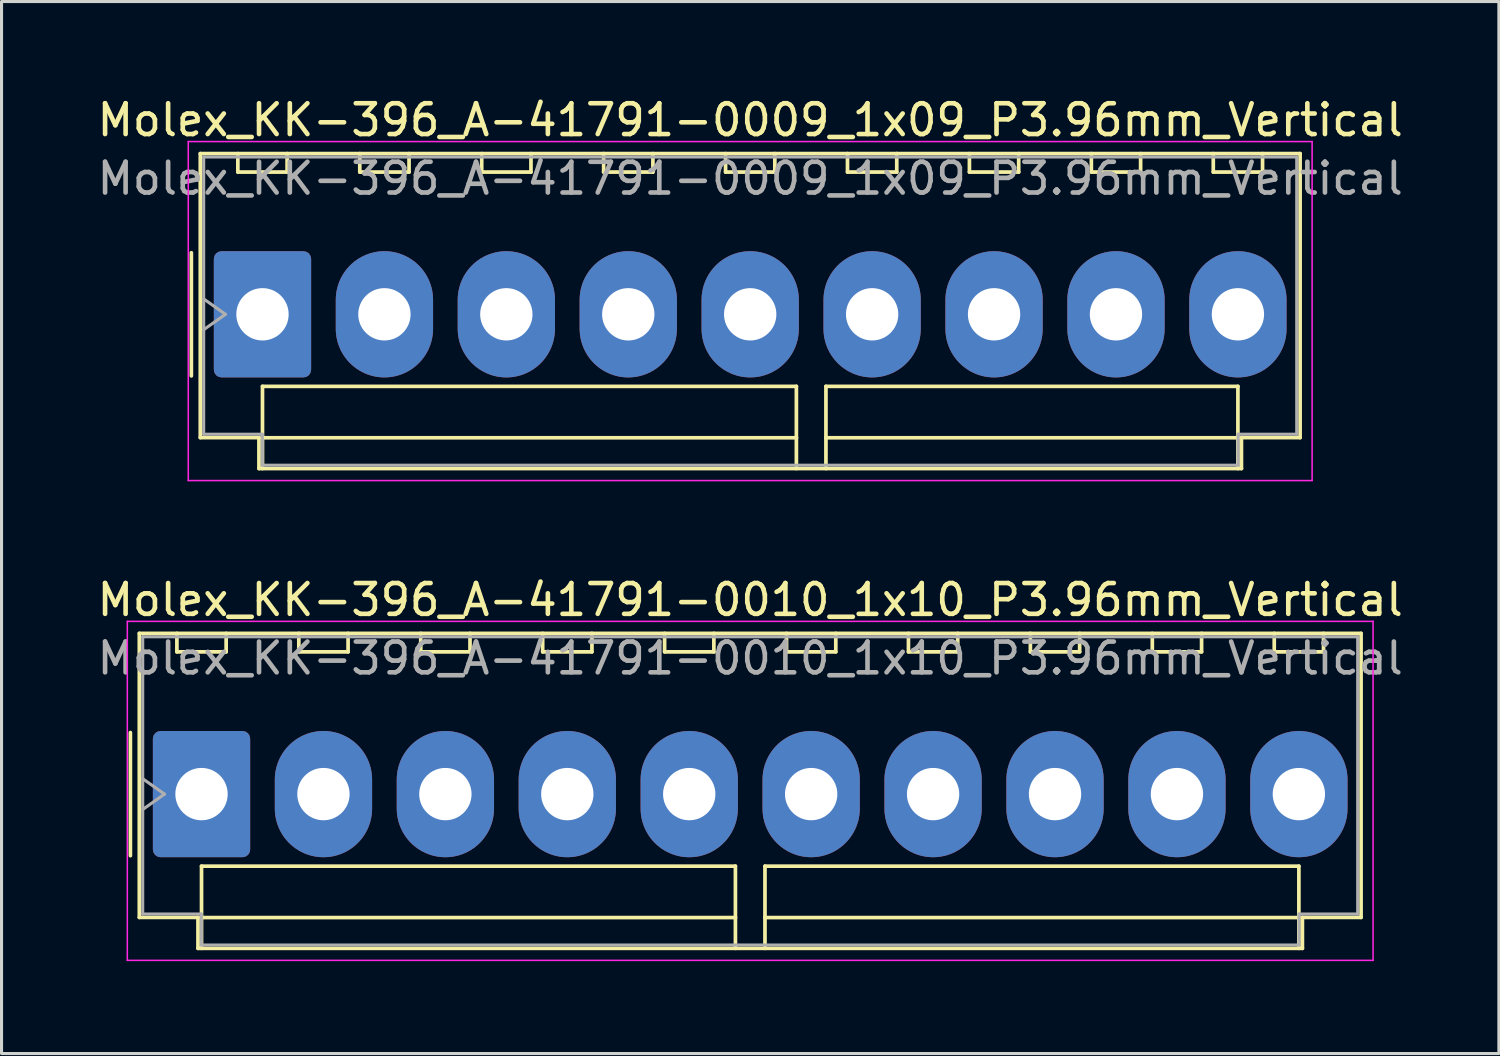
<source format=kicad_pcb>
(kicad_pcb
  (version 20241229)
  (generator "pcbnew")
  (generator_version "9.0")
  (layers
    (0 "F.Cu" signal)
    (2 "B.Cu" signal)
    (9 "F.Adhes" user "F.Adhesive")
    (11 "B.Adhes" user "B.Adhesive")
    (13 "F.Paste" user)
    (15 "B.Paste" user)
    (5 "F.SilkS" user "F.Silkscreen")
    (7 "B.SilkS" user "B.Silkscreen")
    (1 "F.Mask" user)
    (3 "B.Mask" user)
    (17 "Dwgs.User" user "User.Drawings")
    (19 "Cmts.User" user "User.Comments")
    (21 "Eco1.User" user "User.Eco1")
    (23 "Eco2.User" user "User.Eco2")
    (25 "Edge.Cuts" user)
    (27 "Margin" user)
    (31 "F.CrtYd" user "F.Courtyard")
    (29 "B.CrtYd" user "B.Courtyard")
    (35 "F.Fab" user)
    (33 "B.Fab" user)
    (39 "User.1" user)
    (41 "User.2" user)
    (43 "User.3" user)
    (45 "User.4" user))
  (footprint "Molex_KK-396_A-41791-0010_1x10_P3.96mm_Vertical"
    (layer "F.Cu")
    (at 3.495 22.741)
    (property "Reference" "Molex_KK-396_A-41791-0010_1x10_P3.96mm_Vertical" (at 17.82 -6.31 0) (layer "F.SilkS") (effects (font (size 1 1) (thickness 0.15))))
    (attr through_hole)
    (fp_line (start -2.31 -2) (end -2.31 2) (stroke (width 0.12) (type solid)) (layer "F.SilkS"))
    (fp_line (start -2.02 -5.22) (end 37.66 -5.22) (stroke (width 0.12) (type solid)) (layer "F.SilkS"))
    (fp_line (start -2.02 4.005) (end -2.02 -5.22) (stroke (width 0.12) (type solid)) (layer "F.SilkS"))
    (fp_line (start -0.8 -5.22) (end -0.8 -4.62) (stroke (width 0.12) (type solid)) (layer "F.SilkS"))
    (fp_line (start -0.8 -4.62) (end 0.8 -4.62) (stroke (width 0.12) (type solid)) (layer "F.SilkS"))
    (fp_line (start -0.115 4.005) (end -2.02 4.005) (stroke (width 0.12) (type solid)) (layer "F.SilkS"))
    (fp_line (start -0.115 5.01) (end -0.115 4.005) (stroke (width 0.12) (type solid)) (layer "F.SilkS"))
    (fp_line (start 0 2.34) (end 17.34 2.34) (stroke (width 0.12) (type solid)) (layer "F.SilkS"))
    (fp_line (start 0 4.01) (end 0 2.34) (stroke (width 0.12) (type solid)) (layer "F.SilkS"))
    (fp_line (start 0 4.01) (end 17.34 4.01) (stroke (width 0.12) (type solid)) (layer "F.SilkS"))
    (fp_line (start 0 5.01) (end 0 4.01) (stroke (width 0.12) (type solid)) (layer "F.SilkS"))
    (fp_line (start 0.8 -4.62) (end 0.8 -5.22) (stroke (width 0.12) (type solid)) (layer "F.SilkS"))
    (fp_line (start 3.16 -5.22) (end 3.16 -4.62) (stroke (width 0.12) (type solid)) (layer "F.SilkS"))
    (fp_line (start 3.16 -4.62) (end 4.76 -4.62) (stroke (width 0.12) (type solid)) (layer "F.SilkS"))
    (fp_line (start 4.76 -4.62) (end 4.76 -5.22) (stroke (width 0.12) (type solid)) (layer "F.SilkS"))
    (fp_line (start 7.12 -5.22) (end 7.12 -4.62) (stroke (width 0.12) (type solid)) (layer "F.SilkS"))
    (fp_line (start 7.12 -4.62) (end 8.72 -4.62) (stroke (width 0.12) (type solid)) (layer "F.SilkS"))
    (fp_line (start 8.72 -4.62) (end 8.72 -5.22) (stroke (width 0.12) (type solid)) (layer "F.SilkS"))
    (fp_line (start 11.08 -5.22) (end 11.08 -4.62) (stroke (width 0.12) (type solid)) (layer "F.SilkS"))
    (fp_line (start 11.08 -4.62) (end 12.68 -4.62) (stroke (width 0.12) (type solid)) (layer "F.SilkS"))
    (fp_line (start 12.68 -4.62) (end 12.68 -5.22) (stroke (width 0.12) (type solid)) (layer "F.SilkS"))
    (fp_line (start 15.04 -5.22) (end 15.04 -4.62) (stroke (width 0.12) (type solid)) (layer "F.SilkS"))
    (fp_line (start 15.04 -4.62) (end 16.64 -4.62) (stroke (width 0.12) (type solid)) (layer "F.SilkS"))
    (fp_line (start 16.64 -4.62) (end 16.64 -5.22) (stroke (width 0.12) (type solid)) (layer "F.SilkS"))
    (fp_line (start 17.34 2.34) (end 17.34 4.01) (stroke (width 0.12) (type solid)) (layer "F.SilkS"))
    (fp_line (start 17.34 4.01) (end 17.34 5.01) (stroke (width 0.12) (type solid)) (layer "F.SilkS"))
    (fp_line (start 18.3 2.34) (end 35.64 2.34) (stroke (width 0.12) (type solid)) (layer "F.SilkS"))
    (fp_line (start 18.3 4.01) (end 18.3 2.34) (stroke (width 0.12) (type solid)) (layer "F.SilkS"))
    (fp_line (start 18.3 4.01) (end 35.64 4.01) (stroke (width 0.12) (type solid)) (layer "F.SilkS"))
    (fp_line (start 18.3 5.01) (end 18.3 4.01) (stroke (width 0.12) (type solid)) (layer "F.SilkS"))
    (fp_line (start 19 -5.22) (end 19 -4.62) (stroke (width 0.12) (type solid)) (layer "F.SilkS"))
    (fp_line (start 19 -4.62) (end 20.6 -4.62) (stroke (width 0.12) (type solid)) (layer "F.SilkS"))
    (fp_line (start 20.6 -4.62) (end 20.6 -5.22) (stroke (width 0.12) (type solid)) (layer "F.SilkS"))
    (fp_line (start 22.96 -5.22) (end 22.96 -4.62) (stroke (width 0.12) (type solid)) (layer "F.SilkS"))
    (fp_line (start 22.96 -4.62) (end 24.56 -4.62) (stroke (width 0.12) (type solid)) (layer "F.SilkS"))
    (fp_line (start 24.56 -4.62) (end 24.56 -5.22) (stroke (width 0.12) (type solid)) (layer "F.SilkS"))
    (fp_line (start 26.92 -5.22) (end 26.92 -4.62) (stroke (width 0.12) (type solid)) (layer "F.SilkS"))
    (fp_line (start 26.92 -4.62) (end 28.52 -4.62) (stroke (width 0.12) (type solid)) (layer "F.SilkS"))
    (fp_line (start 28.52 -4.62) (end 28.52 -5.22) (stroke (width 0.12) (type solid)) (layer "F.SilkS"))
    (fp_line (start 30.88 -5.22) (end 30.88 -4.62) (stroke (width 0.12) (type solid)) (layer "F.SilkS"))
    (fp_line (start 30.88 -4.62) (end 32.48 -4.62) (stroke (width 0.12) (type solid)) (layer "F.SilkS"))
    (fp_line (start 32.48 -4.62) (end 32.48 -5.22) (stroke (width 0.12) (type solid)) (layer "F.SilkS"))
    (fp_line (start 34.84 -5.22) (end 34.84 -4.62) (stroke (width 0.12) (type solid)) (layer "F.SilkS"))
    (fp_line (start 34.84 -4.62) (end 36.44 -4.62) (stroke (width 0.12) (type solid)) (layer "F.SilkS"))
    (fp_line (start 35.64 2.34) (end 35.64 4.01) (stroke (width 0.12) (type solid)) (layer "F.SilkS"))
    (fp_line (start 35.64 4.01) (end 35.64 5.01) (stroke (width 0.12) (type solid)) (layer "F.SilkS"))
    (fp_line (start 35.755 4.005) (end 35.755 5.01) (stroke (width 0.12) (type solid)) (layer "F.SilkS"))
    (fp_line (start 35.755 5.01) (end -0.115 5.01) (stroke (width 0.12) (type solid)) (layer "F.SilkS"))
    (fp_line (start 36.44 -4.62) (end 36.44 -5.22) (stroke (width 0.12) (type solid)) (layer "F.SilkS"))
    (fp_line (start 37.66 -5.22) (end 37.66 4.005) (stroke (width 0.12) (type solid)) (layer "F.SilkS"))
    (fp_line (start 37.66 4.005) (end 35.755 4.005) (stroke (width 0.12) (type solid)) (layer "F.SilkS"))
    (fp_line (start -2.41 -5.61) (end -2.41 5.4) (stroke (width 0.05) (type solid)) (layer "F.CrtYd"))
    (fp_line (start -2.41 5.4) (end 38.05 5.4) (stroke (width 0.05) (type solid)) (layer "F.CrtYd"))
    (fp_line (start 38.05 -5.61) (end -2.41 -5.61) (stroke (width 0.05) (type solid)) (layer "F.CrtYd"))
    (fp_line (start 38.05 5.4) (end 38.05 -5.61) (stroke (width 0.05) (type solid)) (layer "F.CrtYd"))
    (fp_line (start -1.91 -5.11) (end 37.55 -5.11) (stroke (width 0.1) (type solid)) (layer "F.Fab"))
    (fp_line (start -1.91 -0.5) (end -1.203 0) (stroke (width 0.1) (type solid)) (layer "F.Fab"))
    (fp_line (start -1.91 3.895) (end -1.91 -5.11) (stroke (width 0.1) (type solid)) (layer "F.Fab"))
    (fp_line (start -1.203 0) (end -1.91 0.5) (stroke (width 0.1) (type solid)) (layer "F.Fab"))
    (fp_line (start -0.005 3.895) (end -1.91 3.895) (stroke (width 0.1) (type solid)) (layer "F.Fab"))
    (fp_line (start -0.005 4.9) (end -0.005 3.895) (stroke (width 0.1) (type solid)) (layer "F.Fab"))
    (fp_line (start 35.645 3.895) (end 35.645 4.9) (stroke (width 0.1) (type solid)) (layer "F.Fab"))
    (fp_line (start 35.645 4.9) (end -0.005 4.9) (stroke (width 0.1) (type solid)) (layer "F.Fab"))
    (fp_line (start 37.55 -5.11) (end 37.55 3.895) (stroke (width 0.1) (type solid)) (layer "F.Fab"))
    (fp_line (start 37.55 3.895) (end 35.645 3.895) (stroke (width 0.1) (type solid)) (layer "F.Fab"))
    (fp_text user "${REFERENCE}" (at 17.82 -4.41 0) (layer "F.Fab") (effects (font (size 1 1) (thickness 0.15))))
    (pad "1" thru_hole roundrect (at 0 0) (size 3.16 4.1) (drill 1.7) (layers "*.Cu" "*.Mask") (roundrect_rratio 0.079))
    (pad "2" thru_hole oval (at 3.96 0) (size 3.16 4.1) (drill 1.7) (layers "*.Cu" "*.Mask"))
    (pad "3" thru_hole oval (at 7.92 0) (size 3.16 4.1) (drill 1.7) (layers "*.Cu" "*.Mask"))
    (pad "4" thru_hole oval (at 11.88 0) (size 3.16 4.1) (drill 1.7) (layers "*.Cu" "*.Mask"))
    (pad "5" thru_hole oval (at 15.84 0) (size 3.16 4.1) (drill 1.7) (layers "*.Cu" "*.Mask"))
    (pad "6" thru_hole oval (at 19.8 0) (size 3.16 4.1) (drill 1.7) (layers "*.Cu" "*.Mask"))
    (pad "7" thru_hole oval (at 23.76 0) (size 3.16 4.1) (drill 1.7) (layers "*.Cu" "*.Mask"))
    (pad "8" thru_hole oval (at 27.72 0) (size 3.16 4.1) (drill 1.7) (layers "*.Cu" "*.Mask"))
    (pad "9" thru_hole oval (at 31.68 0) (size 3.16 4.1) (drill 1.7) (layers "*.Cu" "*.Mask"))
    (pad "10" thru_hole oval (at 35.64 0) (size 3.16 4.1) (drill 1.7) (layers "*.Cu" "*.Mask")))
  (footprint "Molex_KK-396_A-41791-0009_1x09_P3.96mm_Vertical"
    (layer "F.Cu")
    (at 5.475 7.158)
    (property "Reference" "Molex_KK-396_A-41791-0009_1x09_P3.96mm_Vertical" (at 15.84 -6.31 0) (layer "F.SilkS") (effects (font (size 1 1) (thickness 0.15))))
    (attr through_hole)
    (fp_line (start -2.31 -2) (end -2.31 2) (stroke (width 0.12) (type solid)) (layer "F.SilkS"))
    (fp_line (start -2.02 -5.22) (end 33.7 -5.22) (stroke (width 0.12) (type solid)) (layer "F.SilkS"))
    (fp_line (start -2.02 4.005) (end -2.02 -5.22) (stroke (width 0.12) (type solid)) (layer "F.SilkS"))
    (fp_line (start -0.8 -5.22) (end -0.8 -4.62) (stroke (width 0.12) (type solid)) (layer "F.SilkS"))
    (fp_line (start -0.8 -4.62) (end 0.8 -4.62) (stroke (width 0.12) (type solid)) (layer "F.SilkS"))
    (fp_line (start -0.115 4.005) (end -2.02 4.005) (stroke (width 0.12) (type solid)) (layer "F.SilkS"))
    (fp_line (start -0.115 5.01) (end -0.115 4.005) (stroke (width 0.12) (type solid)) (layer "F.SilkS"))
    (fp_line (start 0 2.34) (end 17.34 2.34) (stroke (width 0.12) (type solid)) (layer "F.SilkS"))
    (fp_line (start 0 4.01) (end 0 2.34) (stroke (width 0.12) (type solid)) (layer "F.SilkS"))
    (fp_line (start 0 4.01) (end 17.34 4.01) (stroke (width 0.12) (type solid)) (layer "F.SilkS"))
    (fp_line (start 0 5.01) (end 0 4.01) (stroke (width 0.12) (type solid)) (layer "F.SilkS"))
    (fp_line (start 0.8 -4.62) (end 0.8 -5.22) (stroke (width 0.12) (type solid)) (layer "F.SilkS"))
    (fp_line (start 3.16 -5.22) (end 3.16 -4.62) (stroke (width 0.12) (type solid)) (layer "F.SilkS"))
    (fp_line (start 3.16 -4.62) (end 4.76 -4.62) (stroke (width 0.12) (type solid)) (layer "F.SilkS"))
    (fp_line (start 4.76 -4.62) (end 4.76 -5.22) (stroke (width 0.12) (type solid)) (layer "F.SilkS"))
    (fp_line (start 7.12 -5.22) (end 7.12 -4.62) (stroke (width 0.12) (type solid)) (layer "F.SilkS"))
    (fp_line (start 7.12 -4.62) (end 8.72 -4.62) (stroke (width 0.12) (type solid)) (layer "F.SilkS"))
    (fp_line (start 8.72 -4.62) (end 8.72 -5.22) (stroke (width 0.12) (type solid)) (layer "F.SilkS"))
    (fp_line (start 11.08 -5.22) (end 11.08 -4.62) (stroke (width 0.12) (type solid)) (layer "F.SilkS"))
    (fp_line (start 11.08 -4.62) (end 12.68 -4.62) (stroke (width 0.12) (type solid)) (layer "F.SilkS"))
    (fp_line (start 12.68 -4.62) (end 12.68 -5.22) (stroke (width 0.12) (type solid)) (layer "F.SilkS"))
    (fp_line (start 15.04 -5.22) (end 15.04 -4.62) (stroke (width 0.12) (type solid)) (layer "F.SilkS"))
    (fp_line (start 15.04 -4.62) (end 16.64 -4.62) (stroke (width 0.12) (type solid)) (layer "F.SilkS"))
    (fp_line (start 16.64 -4.62) (end 16.64 -5.22) (stroke (width 0.12) (type solid)) (layer "F.SilkS"))
    (fp_line (start 17.34 2.34) (end 17.34 4.01) (stroke (width 0.12) (type solid)) (layer "F.SilkS"))
    (fp_line (start 17.34 4.01) (end 17.34 5.01) (stroke (width 0.12) (type solid)) (layer "F.SilkS"))
    (fp_line (start 18.3 2.34) (end 31.68 2.34) (stroke (width 0.12) (type solid)) (layer "F.SilkS"))
    (fp_line (start 18.3 4.01) (end 18.3 2.34) (stroke (width 0.12) (type solid)) (layer "F.SilkS"))
    (fp_line (start 18.3 4.01) (end 31.68 4.01) (stroke (width 0.12) (type solid)) (layer "F.SilkS"))
    (fp_line (start 18.3 5.01) (end 18.3 4.01) (stroke (width 0.12) (type solid)) (layer "F.SilkS"))
    (fp_line (start 19 -5.22) (end 19 -4.62) (stroke (width 0.12) (type solid)) (layer "F.SilkS"))
    (fp_line (start 19 -4.62) (end 20.6 -4.62) (stroke (width 0.12) (type solid)) (layer "F.SilkS"))
    (fp_line (start 20.6 -4.62) (end 20.6 -5.22) (stroke (width 0.12) (type solid)) (layer "F.SilkS"))
    (fp_line (start 22.96 -5.22) (end 22.96 -4.62) (stroke (width 0.12) (type solid)) (layer "F.SilkS"))
    (fp_line (start 22.96 -4.62) (end 24.56 -4.62) (stroke (width 0.12) (type solid)) (layer "F.SilkS"))
    (fp_line (start 24.56 -4.62) (end 24.56 -5.22) (stroke (width 0.12) (type solid)) (layer "F.SilkS"))
    (fp_line (start 26.92 -5.22) (end 26.92 -4.62) (stroke (width 0.12) (type solid)) (layer "F.SilkS"))
    (fp_line (start 26.92 -4.62) (end 28.52 -4.62) (stroke (width 0.12) (type solid)) (layer "F.SilkS"))
    (fp_line (start 28.52 -4.62) (end 28.52 -5.22) (stroke (width 0.12) (type solid)) (layer "F.SilkS"))
    (fp_line (start 30.88 -5.22) (end 30.88 -4.62) (stroke (width 0.12) (type solid)) (layer "F.SilkS"))
    (fp_line (start 30.88 -4.62) (end 32.48 -4.62) (stroke (width 0.12) (type solid)) (layer "F.SilkS"))
    (fp_line (start 31.68 2.34) (end 31.68 4.01) (stroke (width 0.12) (type solid)) (layer "F.SilkS"))
    (fp_line (start 31.68 4.01) (end 31.68 5.01) (stroke (width 0.12) (type solid)) (layer "F.SilkS"))
    (fp_line (start 31.795 4.005) (end 31.795 5.01) (stroke (width 0.12) (type solid)) (layer "F.SilkS"))
    (fp_line (start 31.795 5.01) (end -0.115 5.01) (stroke (width 0.12) (type solid)) (layer "F.SilkS"))
    (fp_line (start 32.48 -4.62) (end 32.48 -5.22) (stroke (width 0.12) (type solid)) (layer "F.SilkS"))
    (fp_line (start 33.7 -5.22) (end 33.7 4.005) (stroke (width 0.12) (type solid)) (layer "F.SilkS"))
    (fp_line (start 33.7 4.005) (end 31.795 4.005) (stroke (width 0.12) (type solid)) (layer "F.SilkS"))
    (fp_line (start -2.41 -5.61) (end -2.41 5.4) (stroke (width 0.05) (type solid)) (layer "F.CrtYd"))
    (fp_line (start -2.41 5.4) (end 34.09 5.4) (stroke (width 0.05) (type solid)) (layer "F.CrtYd"))
    (fp_line (start 34.09 -5.61) (end -2.41 -5.61) (stroke (width 0.05) (type solid)) (layer "F.CrtYd"))
    (fp_line (start 34.09 5.4) (end 34.09 -5.61) (stroke (width 0.05) (type solid)) (layer "F.CrtYd"))
    (fp_line (start -1.91 -5.11) (end 33.59 -5.11) (stroke (width 0.1) (type solid)) (layer "F.Fab"))
    (fp_line (start -1.91 -0.5) (end -1.203 0) (stroke (width 0.1) (type solid)) (layer "F.Fab"))
    (fp_line (start -1.91 3.895) (end -1.91 -5.11) (stroke (width 0.1) (type solid)) (layer "F.Fab"))
    (fp_line (start -1.203 0) (end -1.91 0.5) (stroke (width 0.1) (type solid)) (layer "F.Fab"))
    (fp_line (start -0.005 3.895) (end -1.91 3.895) (stroke (width 0.1) (type solid)) (layer "F.Fab"))
    (fp_line (start -0.005 4.9) (end -0.005 3.895) (stroke (width 0.1) (type solid)) (layer "F.Fab"))
    (fp_line (start 31.685 3.895) (end 31.685 4.9) (stroke (width 0.1) (type solid)) (layer "F.Fab"))
    (fp_line (start 31.685 4.9) (end -0.005 4.9) (stroke (width 0.1) (type solid)) (layer "F.Fab"))
    (fp_line (start 33.59 -5.11) (end 33.59 3.895) (stroke (width 0.1) (type solid)) (layer "F.Fab"))
    (fp_line (start 33.59 3.895) (end 31.685 3.895) (stroke (width 0.1) (type solid)) (layer "F.Fab"))
    (fp_text user "${REFERENCE}" (at 15.84 -4.41 0) (layer "F.Fab") (effects (font (size 1 1) (thickness 0.15))))
    (pad "1" thru_hole roundrect (at 0 0) (size 3.16 4.1) (drill 1.7) (layers "*.Cu" "*.Mask") (roundrect_rratio 0.079))
    (pad "2" thru_hole oval (at 3.96 0) (size 3.16 4.1) (drill 1.7) (layers "*.Cu" "*.Mask"))
    (pad "3" thru_hole oval (at 7.92 0) (size 3.16 4.1) (drill 1.7) (layers "*.Cu" "*.Mask"))
    (pad "4" thru_hole oval (at 11.88 0) (size 3.16 4.1) (drill 1.7) (layers "*.Cu" "*.Mask"))
    (pad "5" thru_hole oval (at 15.84 0) (size 3.16 4.1) (drill 1.7) (layers "*.Cu" "*.Mask"))
    (pad "6" thru_hole oval (at 19.8 0) (size 3.16 4.1) (drill 1.7) (layers "*.Cu" "*.Mask"))
    (pad "7" thru_hole oval (at 23.76 0) (size 3.16 4.1) (drill 1.7) (layers "*.Cu" "*.Mask"))
    (pad "8" thru_hole oval (at 27.72 0) (size 3.16 4.1) (drill 1.7) (layers "*.Cu" "*.Mask"))
    (pad "9" thru_hole oval (at 31.68 0) (size 3.16 4.1) (drill 1.7) (layers "*.Cu" "*.Mask")))
  (gr_rect
    (start -3 -3)
    (end 45.631 31.166)
    (stroke (width 0.1) (type default))
    (fill no)
    (layer "Edge.Cuts")))
</source>
